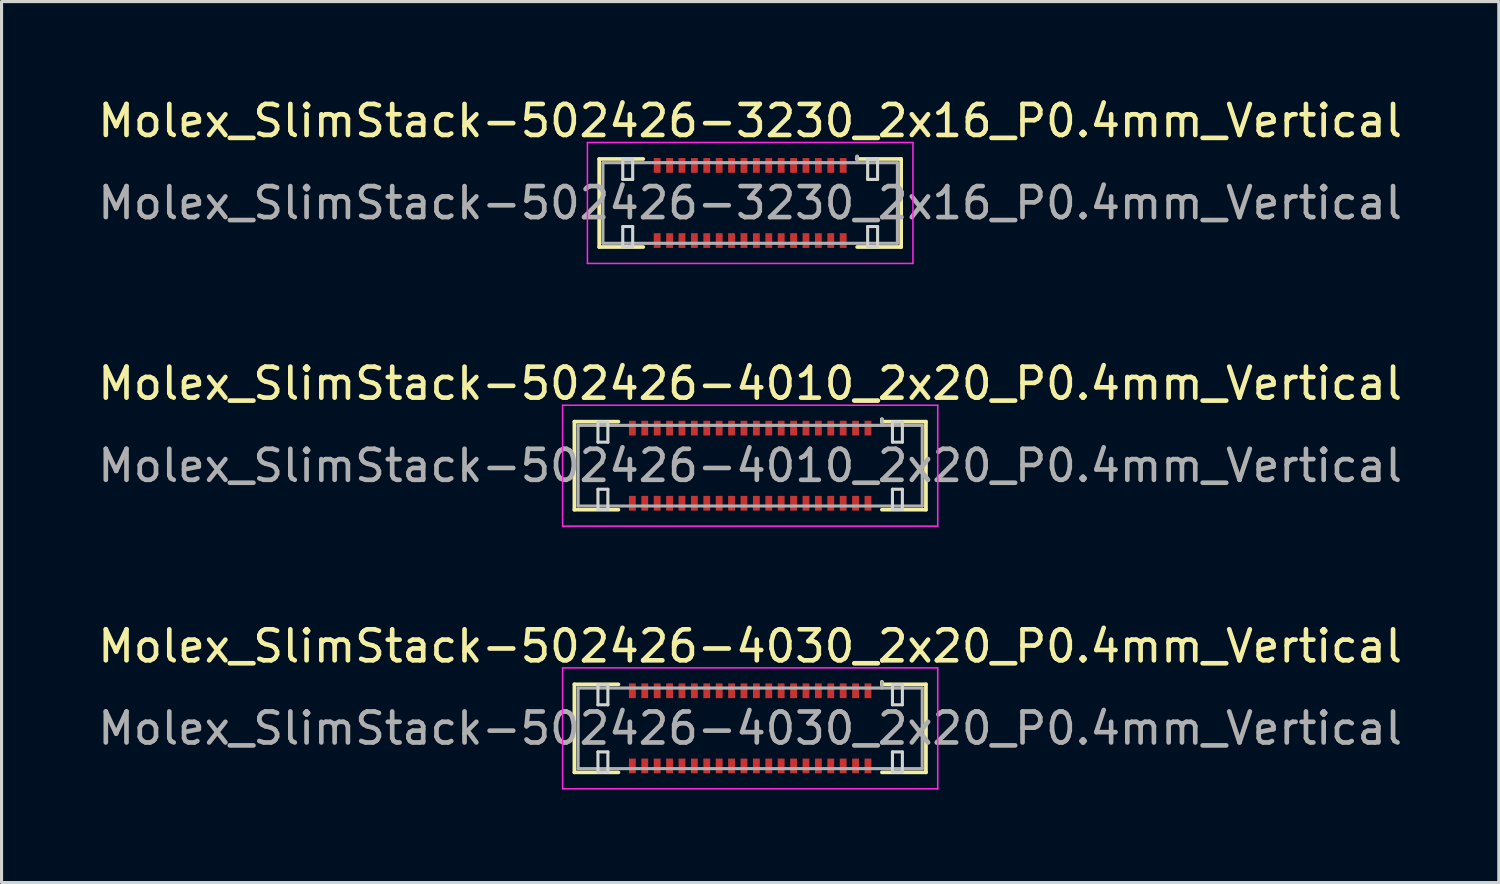
<source format=kicad_pcb>
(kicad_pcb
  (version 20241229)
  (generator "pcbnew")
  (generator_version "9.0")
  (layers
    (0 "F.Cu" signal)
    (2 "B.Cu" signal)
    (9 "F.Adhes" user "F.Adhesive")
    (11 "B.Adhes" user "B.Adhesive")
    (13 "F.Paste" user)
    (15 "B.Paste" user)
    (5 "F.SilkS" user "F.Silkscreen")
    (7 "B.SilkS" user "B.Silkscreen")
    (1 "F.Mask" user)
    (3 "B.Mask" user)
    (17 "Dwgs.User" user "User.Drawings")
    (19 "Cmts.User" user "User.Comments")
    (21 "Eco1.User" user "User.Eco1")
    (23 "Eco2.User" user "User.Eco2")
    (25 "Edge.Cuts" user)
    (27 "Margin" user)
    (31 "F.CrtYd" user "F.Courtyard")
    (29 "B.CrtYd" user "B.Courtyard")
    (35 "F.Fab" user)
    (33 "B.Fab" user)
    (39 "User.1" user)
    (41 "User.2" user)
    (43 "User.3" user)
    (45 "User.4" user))
  (footprint "Molex_SlimStack-502426-4030_2x20_P0.4mm_Vertical"
    (layer "F.Cu")
    (at 21.149 20.445)
    (property "Reference" "Molex_SlimStack-502426-4030_2x20_P0.4mm_Vertical" (at 0 -2.65 0) (layer "F.SilkS") (effects (font (size 1 1) (thickness 0.15))))
    (attr smd)
    (fp_line (start -5.67 -1.42) (end -4.25 -1.42) (stroke (width 0.12) (type solid)) (layer "F.SilkS"))
    (fp_line (start -5.67 1.42) (end -5.67 -1.42) (stroke (width 0.12) (type solid)) (layer "F.SilkS"))
    (fp_line (start -4.25 1.42) (end -5.67 1.42) (stroke (width 0.12) (type solid)) (layer "F.SilkS"))
    (fp_line (start 4.25 -1.42) (end 4.25 -1.5) (stroke (width 0.12) (type solid)) (layer "F.SilkS"))
    (fp_line (start 4.25 1.42) (end 5.67 1.42) (stroke (width 0.12) (type solid)) (layer "F.SilkS"))
    (fp_line (start 5.67 -1.42) (end 4.25 -1.42) (stroke (width 0.12) (type solid)) (layer "F.SilkS"))
    (fp_line (start 5.67 1.42) (end 5.67 -1.42) (stroke (width 0.12) (type solid)) (layer "F.SilkS"))
    (fp_line (start -4.91 -1.41) (end -4.91 -0.76) (stroke (width 0.1) (type solid)) (layer "Edge.Cuts"))
    (fp_line (start -4.91 -0.76) (end -4.59 -0.76) (stroke (width 0.1) (type solid)) (layer "Edge.Cuts"))
    (fp_line (start -4.91 0.76) (end -4.91 1.41) (stroke (width 0.1) (type solid)) (layer "Edge.Cuts"))
    (fp_line (start -4.91 1.41) (end -4.59 1.41) (stroke (width 0.1) (type solid)) (layer "Edge.Cuts"))
    (fp_line (start -4.59 -1.41) (end -4.91 -1.41) (stroke (width 0.1) (type solid)) (layer "Edge.Cuts"))
    (fp_line (start -4.59 -0.76) (end -4.59 -1.41) (stroke (width 0.1) (type solid)) (layer "Edge.Cuts"))
    (fp_line (start -4.59 0.76) (end -4.91 0.76) (stroke (width 0.1) (type solid)) (layer "Edge.Cuts"))
    (fp_line (start -4.59 1.41) (end -4.59 0.76) (stroke (width 0.1) (type solid)) (layer "Edge.Cuts"))
    (fp_line (start 4.59 -1.41) (end 4.59 -0.76) (stroke (width 0.1) (type solid)) (layer "Edge.Cuts"))
    (fp_line (start 4.59 -0.76) (end 4.91 -0.76) (stroke (width 0.1) (type solid)) (layer "Edge.Cuts"))
    (fp_line (start 4.59 0.76) (end 4.59 1.41) (stroke (width 0.1) (type solid)) (layer "Edge.Cuts"))
    (fp_line (start 4.59 1.41) (end 4.91 1.41) (stroke (width 0.1) (type solid)) (layer "Edge.Cuts"))
    (fp_line (start 4.91 -1.41) (end 4.59 -1.41) (stroke (width 0.1) (type solid)) (layer "Edge.Cuts"))
    (fp_line (start 4.91 -0.76) (end 4.91 -1.41) (stroke (width 0.1) (type solid)) (layer "Edge.Cuts"))
    (fp_line (start 4.91 0.76) (end 4.59 0.76) (stroke (width 0.1) (type solid)) (layer "Edge.Cuts"))
    (fp_line (start 4.91 1.41) (end 4.91 0.76) (stroke (width 0.1) (type solid)) (layer "Edge.Cuts"))
    (fp_line (start -6.05 -1.95) (end -6.05 1.95) (stroke (width 0.05) (type solid)) (layer "F.CrtYd"))
    (fp_line (start -6.05 1.95) (end 6.05 1.95) (stroke (width 0.05) (type solid)) (layer "F.CrtYd"))
    (fp_line (start 6.05 -1.95) (end -6.05 -1.95) (stroke (width 0.05) (type solid)) (layer "F.CrtYd"))
    (fp_line (start 6.05 1.95) (end 6.05 -1.95) (stroke (width 0.05) (type solid)) (layer "F.CrtYd"))
    (fp_line (start -5.55 -1.3) (end -5.55 1.3) (stroke (width 0.1) (type solid)) (layer "F.Fab"))
    (fp_line (start -5.55 1.3) (end 5.55 1.3) (stroke (width 0.1) (type solid)) (layer "F.Fab"))
    (fp_line (start 4.25 -1.3) (end 4.25 -1.5) (stroke (width 0.1) (type solid)) (layer "F.Fab"))
    (fp_line (start 5.55 -1.3) (end -5.55 -1.3) (stroke (width 0.1) (type solid)) (layer "F.Fab"))
    (fp_line (start 5.55 1.3) (end 5.55 -1.3) (stroke (width 0.1) (type solid)) (layer "F.Fab"))
    (fp_text user "${REFERENCE}" (at 0 0 0) (layer "F.Fab") (effects (font (size 1 1) (thickness 0.15))))
    (pad "1" smd rect (at 3.8 -1.212) (size 0.22 0.475) (layers "F.Cu" "F.Mask" "F.Paste"))
    (pad "2" smd rect (at 3.8 1.212) (size 0.22 0.475) (layers "F.Cu" "F.Mask" "F.Paste"))
    (pad "3" smd rect (at 3.4 -1.212) (size 0.22 0.475) (layers "F.Cu" "F.Mask" "F.Paste"))
    (pad "4" smd rect (at 3.4 1.212) (size 0.22 0.475) (layers "F.Cu" "F.Mask" "F.Paste"))
    (pad "5" smd rect (at 3 -1.212) (size 0.22 0.475) (layers "F.Cu" "F.Mask" "F.Paste"))
    (pad "6" smd rect (at 3 1.212) (size 0.22 0.475) (layers "F.Cu" "F.Mask" "F.Paste"))
    (pad "7" smd rect (at 2.6 -1.212) (size 0.22 0.475) (layers "F.Cu" "F.Mask" "F.Paste"))
    (pad "8" smd rect (at 2.6 1.212) (size 0.22 0.475) (layers "F.Cu" "F.Mask" "F.Paste"))
    (pad "9" smd rect (at 2.2 -1.212) (size 0.22 0.475) (layers "F.Cu" "F.Mask" "F.Paste"))
    (pad "10" smd rect (at 2.2 1.212) (size 0.22 0.475) (layers "F.Cu" "F.Mask" "F.Paste"))
    (pad "11" smd rect (at 1.8 -1.212) (size 0.22 0.475) (layers "F.Cu" "F.Mask" "F.Paste"))
    (pad "12" smd rect (at 1.8 1.212) (size 0.22 0.475) (layers "F.Cu" "F.Mask" "F.Paste"))
    (pad "13" smd rect (at 1.4 -1.212) (size 0.22 0.475) (layers "F.Cu" "F.Mask" "F.Paste"))
    (pad "14" smd rect (at 1.4 1.212) (size 0.22 0.475) (layers "F.Cu" "F.Mask" "F.Paste"))
    (pad "15" smd rect (at 1 -1.212) (size 0.22 0.475) (layers "F.Cu" "F.Mask" "F.Paste"))
    (pad "16" smd rect (at 1 1.212) (size 0.22 0.475) (layers "F.Cu" "F.Mask" "F.Paste"))
    (pad "17" smd rect (at 0.6 -1.212) (size 0.22 0.475) (layers "F.Cu" "F.Mask" "F.Paste"))
    (pad "18" smd rect (at 0.6 1.212) (size 0.22 0.475) (layers "F.Cu" "F.Mask" "F.Paste"))
    (pad "19" smd rect (at 0.2 -1.212) (size 0.22 0.475) (layers "F.Cu" "F.Mask" "F.Paste"))
    (pad "20" smd rect (at 0.2 1.212) (size 0.22 0.475) (layers "F.Cu" "F.Mask" "F.Paste"))
    (pad "21" smd rect (at -0.2 -1.212) (size 0.22 0.475) (layers "F.Cu" "F.Mask" "F.Paste"))
    (pad "22" smd rect (at -0.2 1.212) (size 0.22 0.475) (layers "F.Cu" "F.Mask" "F.Paste"))
    (pad "23" smd rect (at -0.6 -1.212) (size 0.22 0.475) (layers "F.Cu" "F.Mask" "F.Paste"))
    (pad "24" smd rect (at -0.6 1.212) (size 0.22 0.475) (layers "F.Cu" "F.Mask" "F.Paste"))
    (pad "25" smd rect (at -1 -1.212) (size 0.22 0.475) (layers "F.Cu" "F.Mask" "F.Paste"))
    (pad "26" smd rect (at -1 1.212) (size 0.22 0.475) (layers "F.Cu" "F.Mask" "F.Paste"))
    (pad "27" smd rect (at -1.4 -1.212) (size 0.22 0.475) (layers "F.Cu" "F.Mask" "F.Paste"))
    (pad "28" smd rect (at -1.4 1.212) (size 0.22 0.475) (layers "F.Cu" "F.Mask" "F.Paste"))
    (pad "29" smd rect (at -1.8 -1.212) (size 0.22 0.475) (layers "F.Cu" "F.Mask" "F.Paste"))
    (pad "30" smd rect (at -1.8 1.212) (size 0.22 0.475) (layers "F.Cu" "F.Mask" "F.Paste"))
    (pad "31" smd rect (at -2.2 -1.212) (size 0.22 0.475) (layers "F.Cu" "F.Mask" "F.Paste"))
    (pad "32" smd rect (at -2.2 1.212) (size 0.22 0.475) (layers "F.Cu" "F.Mask" "F.Paste"))
    (pad "33" smd rect (at -2.6 -1.212) (size 0.22 0.475) (layers "F.Cu" "F.Mask" "F.Paste"))
    (pad "34" smd rect (at -2.6 1.212) (size 0.22 0.475) (layers "F.Cu" "F.Mask" "F.Paste"))
    (pad "35" smd rect (at -3 -1.212) (size 0.22 0.475) (layers "F.Cu" "F.Mask" "F.Paste"))
    (pad "36" smd rect (at -3 1.212) (size 0.22 0.475) (layers "F.Cu" "F.Mask" "F.Paste"))
    (pad "37" smd rect (at -3.4 -1.212) (size 0.22 0.475) (layers "F.Cu" "F.Mask" "F.Paste"))
    (pad "38" smd rect (at -3.4 1.212) (size 0.22 0.475) (layers "F.Cu" "F.Mask" "F.Paste"))
    (pad "39" smd rect (at -3.8 -1.212) (size 0.22 0.475) (layers "F.Cu" "F.Mask" "F.Paste"))
    (pad "40" smd rect (at -3.8 1.212) (size 0.22 0.475) (layers "F.Cu" "F.Mask" "F.Paste")))
  (footprint "Molex_SlimStack-502426-4010_2x20_P0.4mm_Vertical"
    (layer "F.Cu")
    (at 21.149 11.972)
    (property "Reference" "Molex_SlimStack-502426-4010_2x20_P0.4mm_Vertical" (at 0 -2.65 0) (layer "F.SilkS") (effects (font (size 1 1) (thickness 0.15))))
    (attr smd)
    (fp_line (start -5.67 -1.42) (end -4.25 -1.42) (stroke (width 0.12) (type solid)) (layer "F.SilkS"))
    (fp_line (start -5.67 1.42) (end -5.67 -1.42) (stroke (width 0.12) (type solid)) (layer "F.SilkS"))
    (fp_line (start -4.25 1.42) (end -5.67 1.42) (stroke (width 0.12) (type solid)) (layer "F.SilkS"))
    (fp_line (start 4.25 -1.42) (end 4.25 -1.5) (stroke (width 0.12) (type solid)) (layer "F.SilkS"))
    (fp_line (start 4.25 1.42) (end 5.67 1.42) (stroke (width 0.12) (type solid)) (layer "F.SilkS"))
    (fp_line (start 5.67 -1.42) (end 4.25 -1.42) (stroke (width 0.12) (type solid)) (layer "F.SilkS"))
    (fp_line (start 5.67 1.42) (end 5.67 -1.42) (stroke (width 0.12) (type solid)) (layer "F.SilkS"))
    (fp_line (start -4.91 -1.41) (end -4.91 -0.76) (stroke (width 0.1) (type solid)) (layer "Edge.Cuts"))
    (fp_line (start -4.91 -0.76) (end -4.59 -0.76) (stroke (width 0.1) (type solid)) (layer "Edge.Cuts"))
    (fp_line (start -4.91 0.76) (end -4.91 1.41) (stroke (width 0.1) (type solid)) (layer "Edge.Cuts"))
    (fp_line (start -4.91 1.41) (end -4.59 1.41) (stroke (width 0.1) (type solid)) (layer "Edge.Cuts"))
    (fp_line (start -4.59 -1.41) (end -4.91 -1.41) (stroke (width 0.1) (type solid)) (layer "Edge.Cuts"))
    (fp_line (start -4.59 -0.76) (end -4.59 -1.41) (stroke (width 0.1) (type solid)) (layer "Edge.Cuts"))
    (fp_line (start -4.59 0.76) (end -4.91 0.76) (stroke (width 0.1) (type solid)) (layer "Edge.Cuts"))
    (fp_line (start -4.59 1.41) (end -4.59 0.76) (stroke (width 0.1) (type solid)) (layer "Edge.Cuts"))
    (fp_line (start 4.59 -1.41) (end 4.59 -0.76) (stroke (width 0.1) (type solid)) (layer "Edge.Cuts"))
    (fp_line (start 4.59 -0.76) (end 4.91 -0.76) (stroke (width 0.1) (type solid)) (layer "Edge.Cuts"))
    (fp_line (start 4.59 0.76) (end 4.59 1.41) (stroke (width 0.1) (type solid)) (layer "Edge.Cuts"))
    (fp_line (start 4.59 1.41) (end 4.91 1.41) (stroke (width 0.1) (type solid)) (layer "Edge.Cuts"))
    (fp_line (start 4.91 -1.41) (end 4.59 -1.41) (stroke (width 0.1) (type solid)) (layer "Edge.Cuts"))
    (fp_line (start 4.91 -0.76) (end 4.91 -1.41) (stroke (width 0.1) (type solid)) (layer "Edge.Cuts"))
    (fp_line (start 4.91 0.76) (end 4.59 0.76) (stroke (width 0.1) (type solid)) (layer "Edge.Cuts"))
    (fp_line (start 4.91 1.41) (end 4.91 0.76) (stroke (width 0.1) (type solid)) (layer "Edge.Cuts"))
    (fp_line (start -6.05 -1.95) (end -6.05 1.95) (stroke (width 0.05) (type solid)) (layer "F.CrtYd"))
    (fp_line (start -6.05 1.95) (end 6.05 1.95) (stroke (width 0.05) (type solid)) (layer "F.CrtYd"))
    (fp_line (start 6.05 -1.95) (end -6.05 -1.95) (stroke (width 0.05) (type solid)) (layer "F.CrtYd"))
    (fp_line (start 6.05 1.95) (end 6.05 -1.95) (stroke (width 0.05) (type solid)) (layer "F.CrtYd"))
    (fp_line (start -5.55 -1.3) (end -5.55 1.3) (stroke (width 0.1) (type solid)) (layer "F.Fab"))
    (fp_line (start -5.55 1.3) (end 5.55 1.3) (stroke (width 0.1) (type solid)) (layer "F.Fab"))
    (fp_line (start 4.25 -1.3) (end 4.25 -1.5) (stroke (width 0.1) (type solid)) (layer "F.Fab"))
    (fp_line (start 5.55 -1.3) (end -5.55 -1.3) (stroke (width 0.1) (type solid)) (layer "F.Fab"))
    (fp_line (start 5.55 1.3) (end 5.55 -1.3) (stroke (width 0.1) (type solid)) (layer "F.Fab"))
    (fp_text user "${REFERENCE}" (at 0 0 0) (layer "F.Fab") (effects (font (size 1 1) (thickness 0.15))))
    (pad "1" smd rect (at 3.8 -1.212) (size 0.22 0.475) (layers "F.Cu" "F.Mask" "F.Paste"))
    (pad "2" smd rect (at 3.8 1.212) (size 0.22 0.475) (layers "F.Cu" "F.Mask" "F.Paste"))
    (pad "3" smd rect (at 3.4 -1.212) (size 0.22 0.475) (layers "F.Cu" "F.Mask" "F.Paste"))
    (pad "4" smd rect (at 3.4 1.212) (size 0.22 0.475) (layers "F.Cu" "F.Mask" "F.Paste"))
    (pad "5" smd rect (at 3 -1.212) (size 0.22 0.475) (layers "F.Cu" "F.Mask" "F.Paste"))
    (pad "6" smd rect (at 3 1.212) (size 0.22 0.475) (layers "F.Cu" "F.Mask" "F.Paste"))
    (pad "7" smd rect (at 2.6 -1.212) (size 0.22 0.475) (layers "F.Cu" "F.Mask" "F.Paste"))
    (pad "8" smd rect (at 2.6 1.212) (size 0.22 0.475) (layers "F.Cu" "F.Mask" "F.Paste"))
    (pad "9" smd rect (at 2.2 -1.212) (size 0.22 0.475) (layers "F.Cu" "F.Mask" "F.Paste"))
    (pad "10" smd rect (at 2.2 1.212) (size 0.22 0.475) (layers "F.Cu" "F.Mask" "F.Paste"))
    (pad "11" smd rect (at 1.8 -1.212) (size 0.22 0.475) (layers "F.Cu" "F.Mask" "F.Paste"))
    (pad "12" smd rect (at 1.8 1.212) (size 0.22 0.475) (layers "F.Cu" "F.Mask" "F.Paste"))
    (pad "13" smd rect (at 1.4 -1.212) (size 0.22 0.475) (layers "F.Cu" "F.Mask" "F.Paste"))
    (pad "14" smd rect (at 1.4 1.212) (size 0.22 0.475) (layers "F.Cu" "F.Mask" "F.Paste"))
    (pad "15" smd rect (at 1 -1.212) (size 0.22 0.475) (layers "F.Cu" "F.Mask" "F.Paste"))
    (pad "16" smd rect (at 1 1.212) (size 0.22 0.475) (layers "F.Cu" "F.Mask" "F.Paste"))
    (pad "17" smd rect (at 0.6 -1.212) (size 0.22 0.475) (layers "F.Cu" "F.Mask" "F.Paste"))
    (pad "18" smd rect (at 0.6 1.212) (size 0.22 0.475) (layers "F.Cu" "F.Mask" "F.Paste"))
    (pad "19" smd rect (at 0.2 -1.212) (size 0.22 0.475) (layers "F.Cu" "F.Mask" "F.Paste"))
    (pad "20" smd rect (at 0.2 1.212) (size 0.22 0.475) (layers "F.Cu" "F.Mask" "F.Paste"))
    (pad "21" smd rect (at -0.2 -1.212) (size 0.22 0.475) (layers "F.Cu" "F.Mask" "F.Paste"))
    (pad "22" smd rect (at -0.2 1.212) (size 0.22 0.475) (layers "F.Cu" "F.Mask" "F.Paste"))
    (pad "23" smd rect (at -0.6 -1.212) (size 0.22 0.475) (layers "F.Cu" "F.Mask" "F.Paste"))
    (pad "24" smd rect (at -0.6 1.212) (size 0.22 0.475) (layers "F.Cu" "F.Mask" "F.Paste"))
    (pad "25" smd rect (at -1 -1.212) (size 0.22 0.475) (layers "F.Cu" "F.Mask" "F.Paste"))
    (pad "26" smd rect (at -1 1.212) (size 0.22 0.475) (layers "F.Cu" "F.Mask" "F.Paste"))
    (pad "27" smd rect (at -1.4 -1.212) (size 0.22 0.475) (layers "F.Cu" "F.Mask" "F.Paste"))
    (pad "28" smd rect (at -1.4 1.212) (size 0.22 0.475) (layers "F.Cu" "F.Mask" "F.Paste"))
    (pad "29" smd rect (at -1.8 -1.212) (size 0.22 0.475) (layers "F.Cu" "F.Mask" "F.Paste"))
    (pad "30" smd rect (at -1.8 1.212) (size 0.22 0.475) (layers "F.Cu" "F.Mask" "F.Paste"))
    (pad "31" smd rect (at -2.2 -1.212) (size 0.22 0.475) (layers "F.Cu" "F.Mask" "F.Paste"))
    (pad "32" smd rect (at -2.2 1.212) (size 0.22 0.475) (layers "F.Cu" "F.Mask" "F.Paste"))
    (pad "33" smd rect (at -2.6 -1.212) (size 0.22 0.475) (layers "F.Cu" "F.Mask" "F.Paste"))
    (pad "34" smd rect (at -2.6 1.212) (size 0.22 0.475) (layers "F.Cu" "F.Mask" "F.Paste"))
    (pad "35" smd rect (at -3 -1.212) (size 0.22 0.475) (layers "F.Cu" "F.Mask" "F.Paste"))
    (pad "36" smd rect (at -3 1.212) (size 0.22 0.475) (layers "F.Cu" "F.Mask" "F.Paste"))
    (pad "37" smd rect (at -3.4 -1.212) (size 0.22 0.475) (layers "F.Cu" "F.Mask" "F.Paste"))
    (pad "38" smd rect (at -3.4 1.212) (size 0.22 0.475) (layers "F.Cu" "F.Mask" "F.Paste"))
    (pad "39" smd rect (at -3.8 -1.212) (size 0.22 0.475) (layers "F.Cu" "F.Mask" "F.Paste"))
    (pad "40" smd rect (at -3.8 1.212) (size 0.22 0.475) (layers "F.Cu" "F.Mask" "F.Paste")))
  (footprint "Molex_SlimStack-502426-3230_2x16_P0.4mm_Vertical"
    (layer "F.Cu")
    (at 21.149 3.498)
    (property "Reference" "Molex_SlimStack-502426-3230_2x16_P0.4mm_Vertical" (at 0 -2.65 0) (layer "F.SilkS") (effects (font (size 1 1) (thickness 0.15))))
    (attr smd)
    (fp_line (start -4.87 -1.42) (end -3.45 -1.42) (stroke (width 0.12) (type solid)) (layer "F.SilkS"))
    (fp_line (start -4.87 1.42) (end -4.87 -1.42) (stroke (width 0.12) (type solid)) (layer "F.SilkS"))
    (fp_line (start -3.45 1.42) (end -4.87 1.42) (stroke (width 0.12) (type solid)) (layer "F.SilkS"))
    (fp_line (start 3.45 -1.42) (end 3.45 -1.5) (stroke (width 0.12) (type solid)) (layer "F.SilkS"))
    (fp_line (start 3.45 1.42) (end 4.87 1.42) (stroke (width 0.12) (type solid)) (layer "F.SilkS"))
    (fp_line (start 4.87 -1.42) (end 3.45 -1.42) (stroke (width 0.12) (type solid)) (layer "F.SilkS"))
    (fp_line (start 4.87 1.42) (end 4.87 -1.42) (stroke (width 0.12) (type solid)) (layer "F.SilkS"))
    (fp_line (start -4.11 -1.41) (end -4.11 -0.76) (stroke (width 0.1) (type solid)) (layer "Edge.Cuts"))
    (fp_line (start -4.11 -0.76) (end -3.79 -0.76) (stroke (width 0.1) (type solid)) (layer "Edge.Cuts"))
    (fp_line (start -4.11 0.76) (end -4.11 1.41) (stroke (width 0.1) (type solid)) (layer "Edge.Cuts"))
    (fp_line (start -4.11 1.41) (end -3.79 1.41) (stroke (width 0.1) (type solid)) (layer "Edge.Cuts"))
    (fp_line (start -3.79 -1.41) (end -4.11 -1.41) (stroke (width 0.1) (type solid)) (layer "Edge.Cuts"))
    (fp_line (start -3.79 -0.76) (end -3.79 -1.41) (stroke (width 0.1) (type solid)) (layer "Edge.Cuts"))
    (fp_line (start -3.79 0.76) (end -4.11 0.76) (stroke (width 0.1) (type solid)) (layer "Edge.Cuts"))
    (fp_line (start -3.79 1.41) (end -3.79 0.76) (stroke (width 0.1) (type solid)) (layer "Edge.Cuts"))
    (fp_line (start 3.79 -1.41) (end 3.79 -0.76) (stroke (width 0.1) (type solid)) (layer "Edge.Cuts"))
    (fp_line (start 3.79 -0.76) (end 4.11 -0.76) (stroke (width 0.1) (type solid)) (layer "Edge.Cuts"))
    (fp_line (start 3.79 0.76) (end 3.79 1.41) (stroke (width 0.1) (type solid)) (layer "Edge.Cuts"))
    (fp_line (start 3.79 1.41) (end 4.11 1.41) (stroke (width 0.1) (type solid)) (layer "Edge.Cuts"))
    (fp_line (start 4.11 -1.41) (end 3.79 -1.41) (stroke (width 0.1) (type solid)) (layer "Edge.Cuts"))
    (fp_line (start 4.11 -0.76) (end 4.11 -1.41) (stroke (width 0.1) (type solid)) (layer "Edge.Cuts"))
    (fp_line (start 4.11 0.76) (end 3.79 0.76) (stroke (width 0.1) (type solid)) (layer "Edge.Cuts"))
    (fp_line (start 4.11 1.41) (end 4.11 0.76) (stroke (width 0.1) (type solid)) (layer "Edge.Cuts"))
    (fp_line (start -5.25 -1.95) (end -5.25 1.95) (stroke (width 0.05) (type solid)) (layer "F.CrtYd"))
    (fp_line (start -5.25 1.95) (end 5.25 1.95) (stroke (width 0.05) (type solid)) (layer "F.CrtYd"))
    (fp_line (start 5.25 -1.95) (end -5.25 -1.95) (stroke (width 0.05) (type solid)) (layer "F.CrtYd"))
    (fp_line (start 5.25 1.95) (end 5.25 -1.95) (stroke (width 0.05) (type solid)) (layer "F.CrtYd"))
    (fp_line (start -4.75 -1.3) (end -4.75 1.3) (stroke (width 0.1) (type solid)) (layer "F.Fab"))
    (fp_line (start -4.75 1.3) (end 4.75 1.3) (stroke (width 0.1) (type solid)) (layer "F.Fab"))
    (fp_line (start 3.45 -1.3) (end 3.45 -1.5) (stroke (width 0.1) (type solid)) (layer "F.Fab"))
    (fp_line (start 4.75 -1.3) (end -4.75 -1.3) (stroke (width 0.1) (type solid)) (layer "F.Fab"))
    (fp_line (start 4.75 1.3) (end 4.75 -1.3) (stroke (width 0.1) (type solid)) (layer "F.Fab"))
    (fp_text user "${REFERENCE}" (at 0 0 0) (layer "F.Fab") (effects (font (size 1 1) (thickness 0.15))))
    (pad "1" smd rect (at 3 -1.212) (size 0.22 0.475) (layers "F.Cu" "F.Mask" "F.Paste"))
    (pad "2" smd rect (at 3 1.212) (size 0.22 0.475) (layers "F.Cu" "F.Mask" "F.Paste"))
    (pad "3" smd rect (at 2.6 -1.212) (size 0.22 0.475) (layers "F.Cu" "F.Mask" "F.Paste"))
    (pad "4" smd rect (at 2.6 1.212) (size 0.22 0.475) (layers "F.Cu" "F.Mask" "F.Paste"))
    (pad "5" smd rect (at 2.2 -1.212) (size 0.22 0.475) (layers "F.Cu" "F.Mask" "F.Paste"))
    (pad "6" smd rect (at 2.2 1.212) (size 0.22 0.475) (layers "F.Cu" "F.Mask" "F.Paste"))
    (pad "7" smd rect (at 1.8 -1.212) (size 0.22 0.475) (layers "F.Cu" "F.Mask" "F.Paste"))
    (pad "8" smd rect (at 1.8 1.212) (size 0.22 0.475) (layers "F.Cu" "F.Mask" "F.Paste"))
    (pad "9" smd rect (at 1.4 -1.212) (size 0.22 0.475) (layers "F.Cu" "F.Mask" "F.Paste"))
    (pad "10" smd rect (at 1.4 1.212) (size 0.22 0.475) (layers "F.Cu" "F.Mask" "F.Paste"))
    (pad "11" smd rect (at 1 -1.212) (size 0.22 0.475) (layers "F.Cu" "F.Mask" "F.Paste"))
    (pad "12" smd rect (at 1 1.212) (size 0.22 0.475) (layers "F.Cu" "F.Mask" "F.Paste"))
    (pad "13" smd rect (at 0.6 -1.212) (size 0.22 0.475) (layers "F.Cu" "F.Mask" "F.Paste"))
    (pad "14" smd rect (at 0.6 1.212) (size 0.22 0.475) (layers "F.Cu" "F.Mask" "F.Paste"))
    (pad "15" smd rect (at 0.2 -1.212) (size 0.22 0.475) (layers "F.Cu" "F.Mask" "F.Paste"))
    (pad "16" smd rect (at 0.2 1.212) (size 0.22 0.475) (layers "F.Cu" "F.Mask" "F.Paste"))
    (pad "17" smd rect (at -0.2 -1.212) (size 0.22 0.475) (layers "F.Cu" "F.Mask" "F.Paste"))
    (pad "18" smd rect (at -0.2 1.212) (size 0.22 0.475) (layers "F.Cu" "F.Mask" "F.Paste"))
    (pad "19" smd rect (at -0.6 -1.212) (size 0.22 0.475) (layers "F.Cu" "F.Mask" "F.Paste"))
    (pad "20" smd rect (at -0.6 1.212) (size 0.22 0.475) (layers "F.Cu" "F.Mask" "F.Paste"))
    (pad "21" smd rect (at -1 -1.212) (size 0.22 0.475) (layers "F.Cu" "F.Mask" "F.Paste"))
    (pad "22" smd rect (at -1 1.212) (size 0.22 0.475) (layers "F.Cu" "F.Mask" "F.Paste"))
    (pad "23" smd rect (at -1.4 -1.212) (size 0.22 0.475) (layers "F.Cu" "F.Mask" "F.Paste"))
    (pad "24" smd rect (at -1.4 1.212) (size 0.22 0.475) (layers "F.Cu" "F.Mask" "F.Paste"))
    (pad "25" smd rect (at -1.8 -1.212) (size 0.22 0.475) (layers "F.Cu" "F.Mask" "F.Paste"))
    (pad "26" smd rect (at -1.8 1.212) (size 0.22 0.475) (layers "F.Cu" "F.Mask" "F.Paste"))
    (pad "27" smd rect (at -2.2 -1.212) (size 0.22 0.475) (layers "F.Cu" "F.Mask" "F.Paste"))
    (pad "28" smd rect (at -2.2 1.212) (size 0.22 0.475) (layers "F.Cu" "F.Mask" "F.Paste"))
    (pad "29" smd rect (at -2.6 -1.212) (size 0.22 0.475) (layers "F.Cu" "F.Mask" "F.Paste"))
    (pad "30" smd rect (at -2.6 1.212) (size 0.22 0.475) (layers "F.Cu" "F.Mask" "F.Paste"))
    (pad "31" smd rect (at -3 -1.212) (size 0.22 0.475) (layers "F.Cu" "F.Mask" "F.Paste"))
    (pad "32" smd rect (at -3 1.212) (size 0.22 0.475) (layers "F.Cu" "F.Mask" "F.Paste")))
  (gr_rect
    (start -3 -3)
    (end 45.298 25.42)
    (stroke (width 0.1) (type default))
    (fill no)
    (layer "Edge.Cuts")))
</source>
